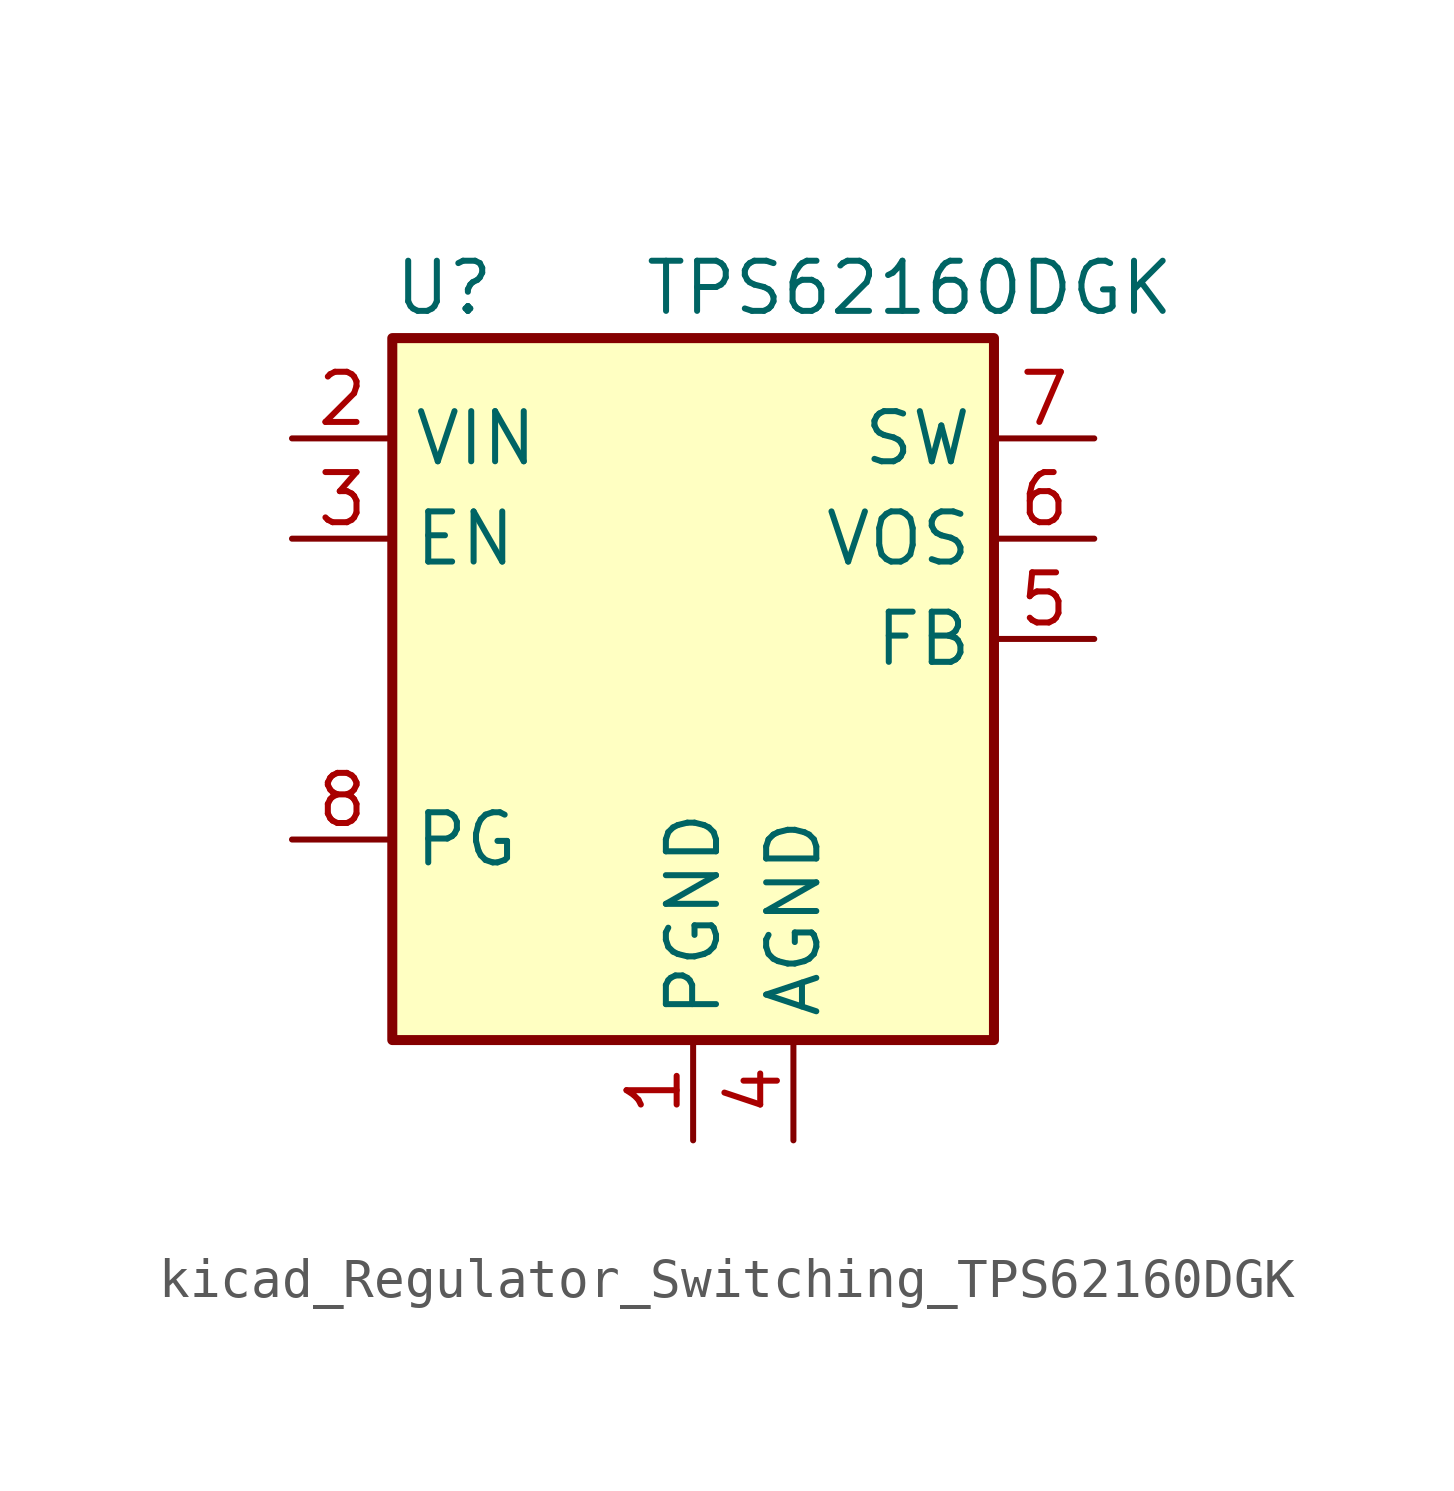
<source format=kicad_sym>
(kicad_symbol_lib
  (version 20220914)
  (generator kicad_symbol_editor)
  (symbol "kicad_Regulator_Switching_TPS62160DGK"
    (property "Reference" "U"
      (at -7.62 11.43 0)
      (effects (font (size 1.27 1.27)) (justify left)))
    (property "Value" "TPS62160DGK"
      (at -1.27 11.43 0)
      (effects (font (size 1.27 1.27)) (justify left)))
    (symbol "kicad_Regulator_Switching_TPS62160DGK_0_1"
      (rectangle (start -7.62 10.16) (end 7.62 -7.62) (stroke (width 0.254) (type default)) (fill (type background))))
    (symbol "kicad_Regulator_Switching_TPS62160DGK_1_1"
      (pin power_in line (at 0 -10.16 90) (length 2.54) (name "PGND" (effects (font (size 1.27 1.27)))) (number "1" (effects (font (size 1.27 1.27)))))
      (pin power_in line (at -10.16 7.62 0) (length 2.54) (name "VIN" (effects (font (size 1.27 1.27)))) (number "2" (effects (font (size 1.27 1.27)))))
      (pin input line (at -10.16 5.08 0) (length 2.54) (name "EN" (effects (font (size 1.27 1.27)))) (number "3" (effects (font (size 1.27 1.27)))))
      (pin power_in line (at 2.54 -10.16 90) (length 2.54) (name "AGND" (effects (font (size 1.27 1.27)))) (number "4" (effects (font (size 1.27 1.27)))))
      (pin input line (at 10.16 2.54 180) (length 2.54) (name "FB" (effects (font (size 1.27 1.27)))) (number "5" (effects (font (size 1.27 1.27)))))
      (pin input line (at 10.16 5.08 180) (length 2.54) (name "VOS" (effects (font (size 1.27 1.27)))) (number "6" (effects (font (size 1.27 1.27)))))
      (pin output line (at 10.16 7.62 180) (length 2.54) (name "SW" (effects (font (size 1.27 1.27)))) (number "7" (effects (font (size 1.27 1.27)))))
      (pin open_collector line (at -10.16 -2.54 0) (length 2.54) (name "PG" (effects (font (size 1.27 1.27)))) (number "8" (effects (font (size 1.27 1.27))))))))
</source>
